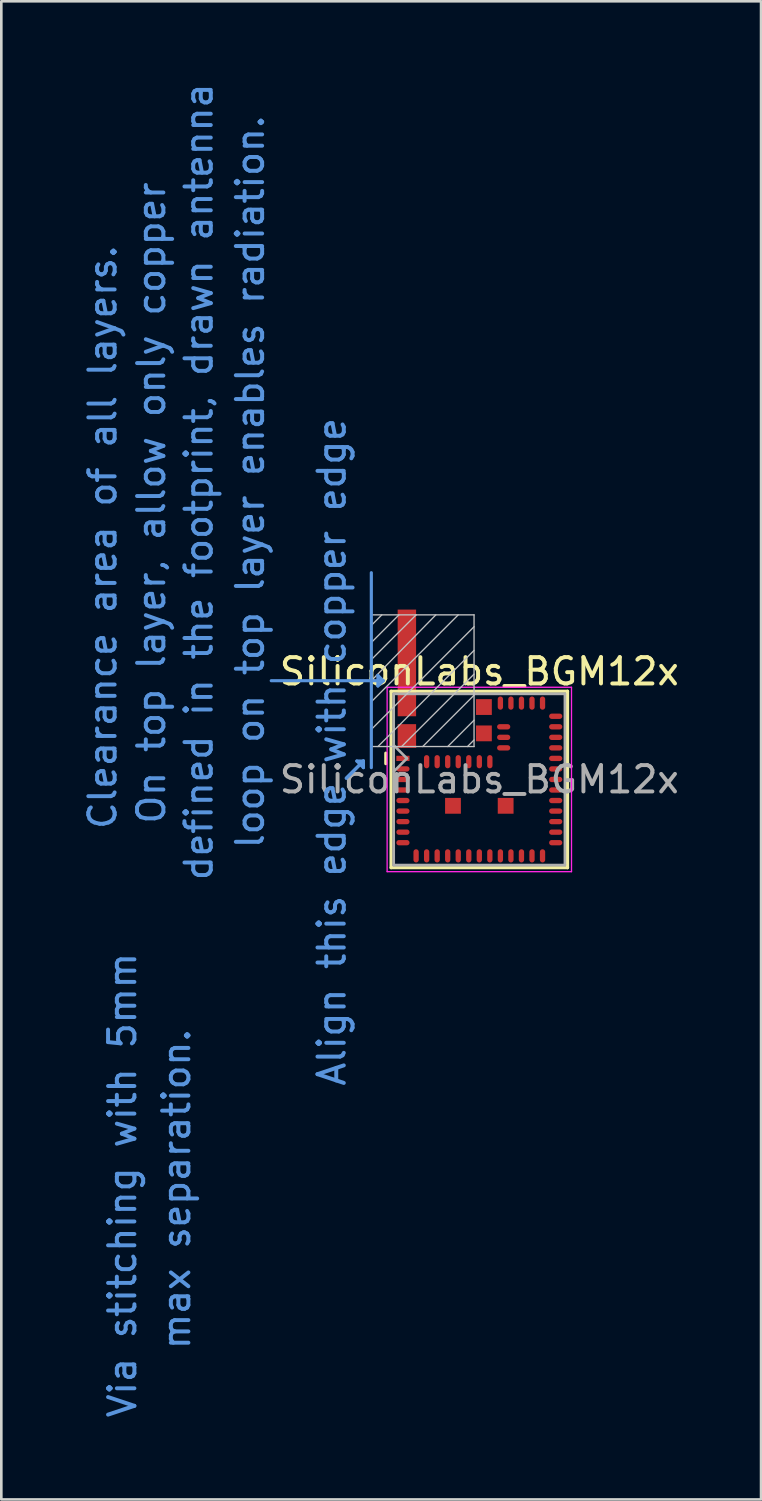
<source format=kicad_pcb>
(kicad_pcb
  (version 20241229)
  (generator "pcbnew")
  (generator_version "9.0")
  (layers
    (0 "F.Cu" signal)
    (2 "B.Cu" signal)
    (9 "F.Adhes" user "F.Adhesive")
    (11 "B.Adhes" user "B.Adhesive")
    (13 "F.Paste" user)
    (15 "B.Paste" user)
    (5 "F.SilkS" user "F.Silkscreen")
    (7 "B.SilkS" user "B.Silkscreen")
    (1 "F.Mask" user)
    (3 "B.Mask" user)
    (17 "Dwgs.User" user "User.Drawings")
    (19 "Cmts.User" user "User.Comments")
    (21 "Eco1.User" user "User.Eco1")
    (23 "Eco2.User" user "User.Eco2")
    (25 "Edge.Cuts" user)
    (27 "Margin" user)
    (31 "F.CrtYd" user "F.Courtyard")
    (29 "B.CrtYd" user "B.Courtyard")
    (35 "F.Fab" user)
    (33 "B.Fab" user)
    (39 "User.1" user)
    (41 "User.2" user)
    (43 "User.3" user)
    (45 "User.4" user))
  (footprint "SiliconLabs_BGM12x"
    (layer "F.Cu")
    (at 15.148 26.544)
    (property "Reference" "SiliconLabs_BGM12x" (at 0 -4.1 0) (layer "F.SilkS") (effects (font (size 1 1) (thickness 0.15))))
    (attr smd)
    (fp_line (start -3.55 -1) (end -3.55 -0.6) (stroke (width 0.12) (type solid)) (layer "F.SilkS"))
    (fp_line (start -3.35 -3.35) (end 3.35 -3.35) (stroke (width 0.12) (type solid)) (layer "F.SilkS"))
    (fp_line (start -3.35 3.35) (end -3.35 -3.35) (stroke (width 0.12) (type solid)) (layer "F.SilkS"))
    (fp_line (start 3.35 -3.35) (end 3.35 3.35) (stroke (width 0.12) (type solid)) (layer "F.SilkS"))
    (fp_line (start 3.35 3.35) (end -3.35 3.35) (stroke (width 0.12) (type solid)) (layer "F.SilkS"))
    (fp_line (start -4.1 -6.25) (end -2.4 -6.25) (stroke (width 0.05) (type solid)) (layer "Dwgs.User"))
    (fp_line (start -4.1 -5.85) (end -3.7 -6.25) (stroke (width 0.05) (type solid)) (layer "Dwgs.User"))
    (fp_line (start -4.1 -1.25) (end -4.1 -6.25) (stroke (width 0.05) (type solid)) (layer "Dwgs.User"))
    (fp_line (start -3.05 -6.25) (end -4.1 -5.2) (stroke (width 0.05) (type solid)) (layer "Dwgs.User"))
    (fp_line (start -2.95 -1.25) (end -0.2 -4) (stroke (width 0.05) (type solid)) (layer "Dwgs.User"))
    (fp_line (start -2.4 -6.25) (end -4.1 -4.55) (stroke (width 0.05) (type solid)) (layer "Dwgs.User"))
    (fp_line (start -2.4 -6.25) (end -0.2 -6.25) (stroke (width 0.05) (type solid)) (layer "Dwgs.User"))
    (fp_line (start -2.4 -1.25) (end -4.1 -1.25) (stroke (width 0.05) (type solid)) (layer "Dwgs.User"))
    (fp_line (start -2.15 -1.25) (end -0.2 -3.2) (stroke (width 0.05) (type solid)) (layer "Dwgs.User"))
    (fp_line (start -1.65 -6.25) (end -4.1 -3.75) (stroke (width 0.05) (type solid)) (layer "Dwgs.User"))
    (fp_line (start -1.2 -1.25) (end -0.2 -2.25) (stroke (width 0.05) (type solid)) (layer "Dwgs.User"))
    (fp_line (start -0.8 -6.25) (end -4.1 -2.95) (stroke (width 0.05) (type solid)) (layer "Dwgs.User"))
    (fp_line (start -0.45 -1.25) (end -0.2 -1.5) (stroke (width 0.05) (type solid)) (layer "Dwgs.User"))
    (fp_line (start -0.2 -6.25) (end -0.2 -1.25) (stroke (width 0.05) (type solid)) (layer "Dwgs.User"))
    (fp_line (start -0.2 -5.8) (end -4.1 -1.9) (stroke (width 0.05) (type solid)) (layer "Dwgs.User"))
    (fp_line (start -0.2 -4.9) (end -3.85 -1.25) (stroke (width 0.05) (type solid)) (layer "Dwgs.User"))
    (fp_line (start -0.2 -1.25) (end -2.4 -1.25) (stroke (width 0.05) (type solid)) (layer "Dwgs.User"))
    (fp_line (start -7.9 -3.75) (end -3.65 -3.75) (stroke (width 0.12) (type solid)) (layer "Cmts.User"))
    (fp_line (start -5.05 -0.05) (end -4.4 -0.7) (stroke (width 0.12) (type solid)) (layer "Cmts.User"))
    (fp_line (start -4.65 -0.7) (end -4.4 -0.7) (stroke (width 0.12) (type solid)) (layer "Cmts.User"))
    (fp_line (start -4.65 -0.7) (end -4.4 -0.45) (stroke (width 0.12) (type solid)) (layer "Cmts.User"))
    (fp_line (start -4.4 -0.7) (end -5.05 -0.05) (stroke (width 0.12) (type solid)) (layer "Cmts.User"))
    (fp_line (start -4.4 -0.7) (end -4.4 -0.45) (stroke (width 0.12) (type solid)) (layer "Cmts.User"))
    (fp_line (start -4.1 -0.45) (end -4.1 -7.85) (stroke (width 0.12) (type solid)) (layer "Cmts.User"))
    (fp_line (start -3.85 -3.95) (end -3.85 -3.55) (stroke (width 0.12) (type solid)) (layer "Cmts.User"))
    (fp_line (start -3.85 -3.55) (end -3.65 -3.75) (stroke (width 0.12) (type solid)) (layer "Cmts.User"))
    (fp_line (start -3.65 -3.75) (end -3.85 -3.95) (stroke (width 0.12) (type solid)) (layer "Cmts.User"))
    (fp_line (start -3.5 -3.5) (end 3.5 -3.5) (stroke (width 0.05) (type solid)) (layer "F.CrtYd"))
    (fp_line (start -3.5 3.5) (end -3.5 -3.5) (stroke (width 0.05) (type solid)) (layer "F.CrtYd"))
    (fp_line (start 3.5 -3.5) (end 3.5 3.5) (stroke (width 0.05) (type solid)) (layer "F.CrtYd"))
    (fp_line (start 3.5 3.5) (end -3.5 3.5) (stroke (width 0.05) (type solid)) (layer "F.CrtYd"))
    (fp_line (start -3.25 -3.25) (end -3.25 3.25) (stroke (width 0.1) (type solid)) (layer "F.Fab"))
    (fp_line (start -3.25 -0.3) (end -2.75 -0.8) (stroke (width 0.1) (type solid)) (layer "F.Fab"))
    (fp_line (start -3.25 3.25) (end 3.25 3.25) (stroke (width 0.1) (type solid)) (layer "F.Fab"))
    (fp_line (start -2.75 -0.8) (end -3.25 -1.3) (stroke (width 0.1) (type solid)) (layer "F.Fab"))
    (fp_line (start 3.25 -3.25) (end -3.25 -3.25) (stroke (width 0.1) (type solid)) (layer "F.Fab"))
    (fp_line (start 3.25 3.25) (end 3.25 -3.25) (stroke (width 0.1) (type solid)) (layer "F.Fab"))
    (fp_text user "Via stitching with 5mm" (at -13.55 15.4 90) (layer "Cmts.User") (effects (font (size 1 1) (thickness 0.15))))
    (fp_text user "On top layer, allow only copper" (at -12.45 -10.5 90) (layer "Cmts.User") (effects (font (size 1 1) (thickness 0.15))))
    (fp_text user "Clearance area of all layers." (at -14.3 -9.2 90) (layer "Cmts.User") (effects (font (size 1 1) (thickness 0.15))))
    (fp_text user "Align this edge with copper edge" (at -5.6 -1.05 90) (layer "Cmts.User") (effects (font (size 1 1) (thickness 0.15))))
    (fp_text user "max separation." (at -11.5 15.55 90) (layer "Cmts.User") (effects (font (size 1 1) (thickness 0.15))))
    (fp_text user "loop on top layer enables radiation." (at -8.7 -11.3 90) (layer "Cmts.User") (effects (font (size 1 1) (thickness 0.15))))
    (fp_text user "defined in the footprint, drawn antenna" (at -10.65 -11.3 90) (layer "Cmts.User") (effects (font (size 1 1) (thickness 0.15))))
    (fp_text user "${REFERENCE}" (at 0 0 0) (layer "F.Fab") (effects (font (size 1 1) (thickness 0.15))))
    (pad "1" smd rect (at -2.9 -0.8) (size 0.5 0.2) (layers "F.Cu" "F.Mask" "F.Paste"))
    (pad "2" smd oval (at -2.9 -0.4) (size 0.501 0.201) (layers "F.Cu" "F.Mask" "F.Paste"))
    (pad "3" smd oval (at -2.9 0) (size 0.501 0.201) (layers "F.Cu" "F.Mask" "F.Paste"))
    (pad "4" smd oval (at -2.9 0.4) (size 0.501 0.201) (layers "F.Cu" "F.Mask" "F.Paste"))
    (pad "5" smd oval (at -2.9 0.8) (size 0.501 0.201) (layers "F.Cu" "F.Mask" "F.Paste"))
    (pad "6" smd oval (at -2.9 1.2) (size 0.501 0.201) (layers "F.Cu" "F.Mask" "F.Paste"))
    (pad "7" smd oval (at -2.9 1.6) (size 0.501 0.201) (layers "F.Cu" "F.Mask" "F.Paste"))
    (pad "8" smd oval (at -2.9 2) (size 0.501 0.201) (layers "F.Cu" "F.Mask" "F.Paste"))
    (pad "9" smd oval (at -2.9 2.4) (size 0.501 0.201) (layers "F.Cu" "F.Mask" "F.Paste"))
    (pad "10" smd oval (at -2.4 2.9 90) (size 0.501 0.201) (layers "F.Cu" "F.Mask" "F.Paste"))
    (pad "11" smd oval (at -2 2.9 90) (size 0.501 0.201) (layers "F.Cu" "F.Mask" "F.Paste"))
    (pad "12" smd oval (at -1.6 2.9 90) (size 0.501 0.201) (layers "F.Cu" "F.Mask" "F.Paste"))
    (pad "13" smd oval (at -1.2 2.9 90) (size 0.501 0.201) (layers "F.Cu" "F.Mask" "F.Paste"))
    (pad "14" smd oval (at -0.8 2.9 90) (size 0.501 0.201) (layers "F.Cu" "F.Mask" "F.Paste"))
    (pad "15" smd oval (at -0.4 2.9 90) (size 0.501 0.201) (layers "F.Cu" "F.Mask" "F.Paste"))
    (pad "16" smd oval (at 0 2.9 90) (size 0.501 0.201) (layers "F.Cu" "F.Mask" "F.Paste"))
    (pad "17" smd oval (at 0.4 2.9 90) (size 0.501 0.201) (layers "F.Cu" "F.Mask" "F.Paste"))
    (pad "18" smd oval (at 0.8 2.9 90) (size 0.501 0.201) (layers "F.Cu" "F.Mask" "F.Paste"))
    (pad "19" smd oval (at 1.2 2.9 90) (size 0.501 0.201) (layers "F.Cu" "F.Mask" "F.Paste"))
    (pad "20" smd oval (at 1.6 2.9 90) (size 0.501 0.201) (layers "F.Cu" "F.Mask" "F.Paste"))
    (pad "21" smd oval (at 2 2.9 90) (size 0.501 0.201) (layers "F.Cu" "F.Mask" "F.Paste"))
    (pad "22" smd oval (at 2.4 2.9 90) (size 0.501 0.201) (layers "F.Cu" "F.Mask" "F.Paste"))
    (pad "23" smd oval (at 2.9 2.4) (size 0.501 0.201) (layers "F.Cu" "F.Mask" "F.Paste"))
    (pad "24" smd oval (at 2.9 2) (size 0.501 0.201) (layers "F.Cu" "F.Mask" "F.Paste"))
    (pad "25" smd oval (at 2.9 1.6) (size 0.501 0.201) (layers "F.Cu" "F.Mask" "F.Paste"))
    (pad "26" smd oval (at 2.9 1.2) (size 0.501 0.201) (layers "F.Cu" "F.Mask" "F.Paste"))
    (pad "27" smd oval (at 2.9 0.8) (size 0.501 0.201) (layers "F.Cu" "F.Mask" "F.Paste"))
    (pad "28" smd oval (at 2.9 0.4) (size 0.501 0.201) (layers "F.Cu" "F.Mask" "F.Paste"))
    (pad "29" smd oval (at 2.9 0) (size 0.501 0.201) (layers "F.Cu" "F.Mask" "F.Paste"))
    (pad "30" smd oval (at 2.9 -0.4) (size 0.501 0.201) (layers "F.Cu" "F.Mask" "F.Paste"))
    (pad "31" smd oval (at 2.9 -0.8) (size 0.501 0.201) (layers "F.Cu" "F.Mask" "F.Paste"))
    (pad "32" smd oval (at 2.9 -1.2) (size 0.501 0.201) (layers "F.Cu" "F.Mask" "F.Paste"))
    (pad "33" smd oval (at 2.9 -1.6) (size 0.501 0.201) (layers "F.Cu" "F.Mask" "F.Paste"))
    (pad "34" smd oval (at 2.9 -2) (size 0.501 0.201) (layers "F.Cu" "F.Mask" "F.Paste"))
    (pad "35" smd oval (at 2.9 -2.4) (size 0.501 0.201) (layers "F.Cu" "F.Mask" "F.Paste"))
    (pad "36" smd oval (at 2.4 -2.9 90) (size 0.501 0.201) (layers "F.Cu" "F.Mask" "F.Paste"))
    (pad "37" smd oval (at 2 -2.9 90) (size 0.501 0.201) (layers "F.Cu" "F.Mask" "F.Paste"))
    (pad "38" smd oval (at 1.6 -2.9 90) (size 0.501 0.201) (layers "F.Cu" "F.Mask" "F.Paste"))
    (pad "39" smd oval (at 1.2 -2.9 90) (size 0.501 0.201) (layers "F.Cu" "F.Mask" "F.Paste"))
    (pad "40" smd oval (at 0.8 -2.9 90) (size 0.501 0.201) (layers "F.Cu" "F.Mask" "F.Paste"))
    (pad "41" smd oval (at 0.925 -2) (size 0.501 0.201) (layers "F.Cu" "F.Mask" "F.Paste"))
    (pad "42" smd oval (at 0.925 -1.6) (size 0.501 0.201) (layers "F.Cu" "F.Mask" "F.Paste"))
    (pad "43" smd oval (at 0.925 -1.2) (size 0.501 0.201) (layers "F.Cu" "F.Mask" "F.Paste"))
    (pad "44" smd oval (at 0.4 -0.675 90) (size 0.501 0.201) (layers "F.Cu" "F.Mask" "F.Paste"))
    (pad "45" smd oval (at 0 -0.675 90) (size 0.501 0.201) (layers "F.Cu" "F.Mask" "F.Paste"))
    (pad "46" smd oval (at -0.4 -0.675 90) (size 0.501 0.201) (layers "F.Cu" "F.Mask" "F.Paste"))
    (pad "47" smd oval (at -0.8 -0.675 90) (size 0.501 0.201) (layers "F.Cu" "F.Mask" "F.Paste"))
    (pad "48" smd oval (at -1.2 -0.675 90) (size 0.501 0.201) (layers "F.Cu" "F.Mask" "F.Paste"))
    (pad "49" smd oval (at -1.6 -0.675 90) (size 0.501 0.201) (layers "F.Cu" "F.Mask" "F.Paste"))
    (pad "50" smd oval (at -2 -0.675 90) (size 0.501 0.201) (layers "F.Cu" "F.Mask" "F.Paste"))
    (pad "51" smd rect (at -1 1) (size 0.6 0.6) (layers "F.Cu" "F.Mask" "F.Paste"))
    (pad "52" smd rect (at 1 1) (size 0.6 0.6) (layers "F.Cu" "F.Mask" "F.Paste"))
    (pad "53" smd rect (at -2.75 -4.425) (size 0.7 4.05) (layers "F.Cu"))
    (pad "53" smd rect (at -2.75 -2.75) (size 0.6 0.6) (layers "F.Cu" "F.Mask" "F.Paste"))
    (pad "54" smd rect (at -2.75 -1.75) (size 0.6 0.6) (layers "F.Cu" "F.Mask" "F.Paste"))
    (pad "54" smd rect (at -2.75 -1.65) (size 0.7 0.9) (layers "F.Cu"))
    (pad "55" smd rect (at 0.175 -1.75) (size 0.6 0.6) (layers "F.Cu" "F.Mask" "F.Paste"))
    (pad "56" smd rect (at 0.175 -2.75) (size 0.6 0.6) (layers "F.Cu" "F.Mask" "F.Paste")))
  (gr_rect
    (start -3 -3)
    (end 25.845 53.879)
    (stroke (width 0.1) (type default))
    (fill no)
    (layer "Edge.Cuts")))
</source>
